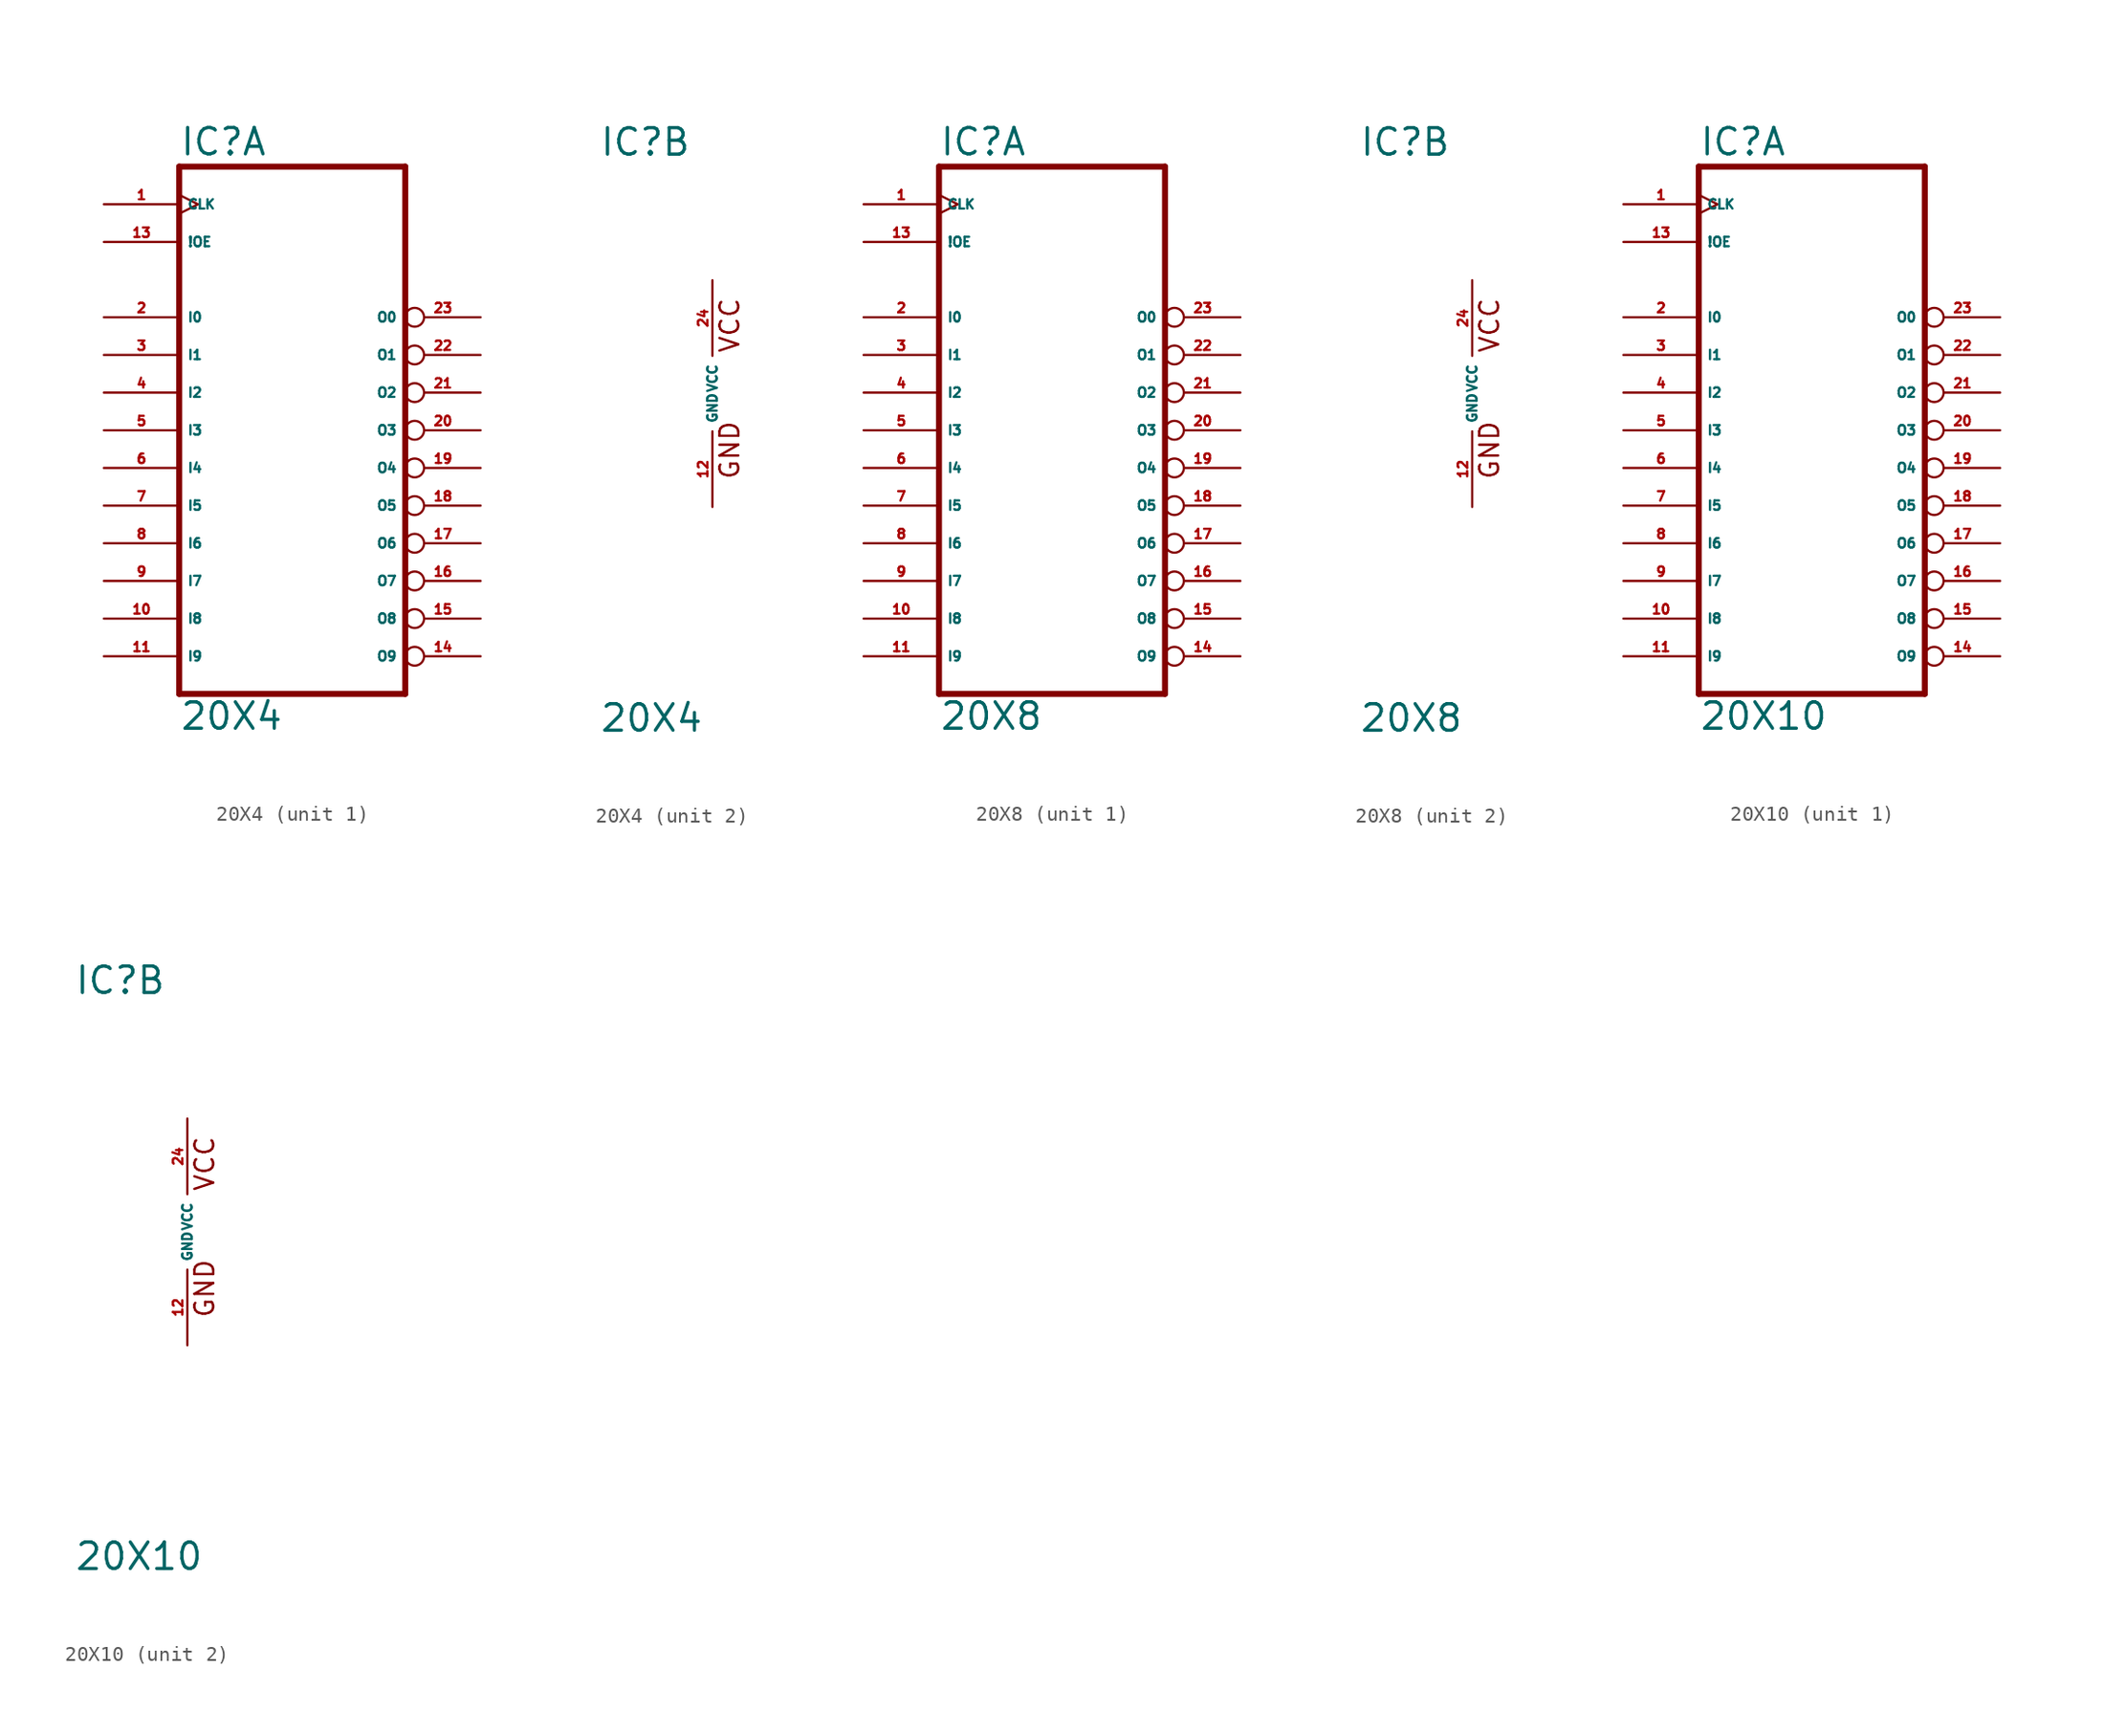
<source format=kicad_sym>
(kicad_symbol_lib
  (version 20220914)
  (generator Eagle2Kicad)
  (symbol "20X4"
    (property "Reference" "IC"
      (at -7.62 15.875 0)
      (effects (font (size 1.778 1.778) (thickness 0.22)) (justify left bottom)))
    (property "Value" "20X4"
      (at -7.62 -22.86 0)
      (effects (font (size 1.778 1.778) (thickness 0.22)) (justify left bottom)))
    (symbol "20X4_1_0"
      (polyline (pts (xy -7.62 -20.32) (xy 7.62 -20.32)) (stroke (width 0.406) (type default)) (fill (type none)))
      (polyline (pts (xy 7.62 -20.32) (xy 7.62 15.24)) (stroke (width 0.406) (type default)) (fill (type none)))
      (polyline (pts (xy 7.62 15.24) (xy -7.62 15.24)) (stroke (width 0.406) (type default)) (fill (type none)))
      (polyline (pts (xy -7.62 15.24) (xy -7.62 -20.32)) (stroke (width 0.406) (type default)) (fill (type none)))
      (pin input clock (at -12.7 12.7 0) (length 5.08) (name "CLK" (effects (font (size 0.635 0.635) (thickness 0.08)) (justify left bottom))) (number "1" (effects (font (size 0.635 0.635) (thickness 0.08)) (justify left bottom))))
      (pin input line (at -12.7 5.08 0) (length 5.08) (name "I0" (effects (font (size 0.635 0.635) (thickness 0.08)) (justify left bottom))) (number "2" (effects (font (size 0.635 0.635) (thickness 0.08)) (justify left bottom))))
      (pin input line (at -12.7 2.54 0) (length 5.08) (name "I1" (effects (font (size 0.635 0.635) (thickness 0.08)) (justify left bottom))) (number "3" (effects (font (size 0.635 0.635) (thickness 0.08)) (justify left bottom))))
      (pin input line (at -12.7 0 0) (length 5.08) (name "I2" (effects (font (size 0.635 0.635) (thickness 0.08)) (justify left bottom))) (number "4" (effects (font (size 0.635 0.635) (thickness 0.08)) (justify left bottom))))
      (pin input line (at -12.7 -2.54 0) (length 5.08) (name "I3" (effects (font (size 0.635 0.635) (thickness 0.08)) (justify left bottom))) (number "5" (effects (font (size 0.635 0.635) (thickness 0.08)) (justify left bottom))))
      (pin input line (at -12.7 -5.08 0) (length 5.08) (name "I4" (effects (font (size 0.635 0.635) (thickness 0.08)) (justify left bottom))) (number "6" (effects (font (size 0.635 0.635) (thickness 0.08)) (justify left bottom))))
      (pin input line (at -12.7 -7.62 0) (length 5.08) (name "I5" (effects (font (size 0.635 0.635) (thickness 0.08)) (justify left bottom))) (number "7" (effects (font (size 0.635 0.635) (thickness 0.08)) (justify left bottom))))
      (pin input line (at -12.7 -10.16 0) (length 5.08) (name "I6" (effects (font (size 0.635 0.635) (thickness 0.08)) (justify left bottom))) (number "8" (effects (font (size 0.635 0.635) (thickness 0.08)) (justify left bottom))))
      (pin input line (at -12.7 -12.7 0) (length 5.08) (name "I7" (effects (font (size 0.635 0.635) (thickness 0.08)) (justify left bottom))) (number "9" (effects (font (size 0.635 0.635) (thickness 0.08)) (justify left bottom))))
      (pin input line (at -12.7 -15.24 0) (length 5.08) (name "I8" (effects (font (size 0.635 0.635) (thickness 0.08)) (justify left bottom))) (number "10" (effects (font (size 0.635 0.635) (thickness 0.08)) (justify left bottom))))
      (pin input line (at -12.7 -17.78 0) (length 5.08) (name "I9" (effects (font (size 0.635 0.635) (thickness 0.08)) (justify left bottom))) (number "11" (effects (font (size 0.635 0.635) (thickness 0.08)) (justify left bottom))))
      (pin input line (at -12.7 10.16 0) (length 5.08) (name "!OE" (effects (font (size 0.635 0.635) (thickness 0.08)) (justify left bottom))) (number "13" (effects (font (size 0.635 0.635) (thickness 0.08)) (justify left bottom))))
      (pin bidirectional inverted (at 12.7 -17.78 180) (length 5.08) (name "O9" (effects (font (size 0.635 0.635) (thickness 0.08)) (justify left bottom))) (number "14" (effects (font (size 0.635 0.635) (thickness 0.08)) (justify left bottom))))
      (pin bidirectional inverted (at 12.7 -15.24 180) (length 5.08) (name "O8" (effects (font (size 0.635 0.635) (thickness 0.08)) (justify left bottom))) (number "15" (effects (font (size 0.635 0.635) (thickness 0.08)) (justify left bottom))))
      (pin bidirectional inverted (at 12.7 -12.7 180) (length 5.08) (name "O7" (effects (font (size 0.635 0.635) (thickness 0.08)) (justify left bottom))) (number "16" (effects (font (size 0.635 0.635) (thickness 0.08)) (justify left bottom))))
      (pin tri_state inverted (at 12.7 -10.16 180) (length 5.08) (name "O6" (effects (font (size 0.635 0.635) (thickness 0.08)) (justify left bottom))) (number "17" (effects (font (size 0.635 0.635) (thickness 0.08)) (justify left bottom))))
      (pin tri_state inverted (at 12.7 -7.62 180) (length 5.08) (name "O5" (effects (font (size 0.635 0.635) (thickness 0.08)) (justify left bottom))) (number "18" (effects (font (size 0.635 0.635) (thickness 0.08)) (justify left bottom))))
      (pin tri_state inverted (at 12.7 -5.08 180) (length 5.08) (name "O4" (effects (font (size 0.635 0.635) (thickness 0.08)) (justify left bottom))) (number "19" (effects (font (size 0.635 0.635) (thickness 0.08)) (justify left bottom))))
      (pin tri_state inverted (at 12.7 -2.54 180) (length 5.08) (name "O3" (effects (font (size 0.635 0.635) (thickness 0.08)) (justify left bottom))) (number "20" (effects (font (size 0.635 0.635) (thickness 0.08)) (justify left bottom))))
      (pin bidirectional inverted (at 12.7 0 180) (length 5.08) (name "O2" (effects (font (size 0.635 0.635) (thickness 0.08)) (justify left bottom))) (number "21" (effects (font (size 0.635 0.635) (thickness 0.08)) (justify left bottom))))
      (pin bidirectional inverted (at 12.7 2.54 180) (length 5.08) (name "O1" (effects (font (size 0.635 0.635) (thickness 0.08)) (justify left bottom))) (number "22" (effects (font (size 0.635 0.635) (thickness 0.08)) (justify left bottom))))
      (pin bidirectional inverted (at 12.7 5.08 180) (length 5.08) (name "O0" (effects (font (size 0.635 0.635) (thickness 0.08)) (justify left bottom))) (number "23" (effects (font (size 0.635 0.635) (thickness 0.08)) (justify left bottom)))))
    (symbol "20X4_2_0"
      (text "GND" (at 1.905 -5.842 900) (effects (font (size 1.27 1.27) (thickness 0.16)) (justify left bottom)))
      (text "VCC" (at 1.905 2.667 900) (effects (font (size 1.27 1.27) (thickness 0.16)) (justify left bottom)))
      (pin unspecified line (at 0 -7.62 90) (length 5.08) (name "GND" (effects (font (size 0.635 0.635) (thickness 0.08)) (justify left bottom))) (number "12" (effects (font (size 0.635 0.635) (thickness 0.08)) (justify left bottom))))
      (pin unspecified line (at 0 7.62 270) (length 5.08) (name "VCC" (effects (font (size 0.635 0.635) (thickness 0.08)) (justify left bottom))) (number "24" (effects (font (size 0.635 0.635) (thickness 0.08)) (justify left bottom))))))
  (symbol "20X8"
    (property "Reference" "IC"
      (at -7.62 15.875 0)
      (effects (font (size 1.778 1.778) (thickness 0.22)) (justify left bottom)))
    (property "Value" "20X8"
      (at -7.62 -22.86 0)
      (effects (font (size 1.778 1.778) (thickness 0.22)) (justify left bottom)))
    (symbol "20X8_1_0"
      (polyline (pts (xy -7.62 -20.32) (xy 7.62 -20.32)) (stroke (width 0.406) (type default)) (fill (type none)))
      (polyline (pts (xy 7.62 -20.32) (xy 7.62 15.24)) (stroke (width 0.406) (type default)) (fill (type none)))
      (polyline (pts (xy 7.62 15.24) (xy -7.62 15.24)) (stroke (width 0.406) (type default)) (fill (type none)))
      (polyline (pts (xy -7.62 15.24) (xy -7.62 -20.32)) (stroke (width 0.406) (type default)) (fill (type none)))
      (pin input clock (at -12.7 12.7 0) (length 5.08) (name "CLK" (effects (font (size 0.635 0.635) (thickness 0.08)) (justify left bottom))) (number "1" (effects (font (size 0.635 0.635) (thickness 0.08)) (justify left bottom))))
      (pin input line (at -12.7 5.08 0) (length 5.08) (name "I0" (effects (font (size 0.635 0.635) (thickness 0.08)) (justify left bottom))) (number "2" (effects (font (size 0.635 0.635) (thickness 0.08)) (justify left bottom))))
      (pin input line (at -12.7 2.54 0) (length 5.08) (name "I1" (effects (font (size 0.635 0.635) (thickness 0.08)) (justify left bottom))) (number "3" (effects (font (size 0.635 0.635) (thickness 0.08)) (justify left bottom))))
      (pin input line (at -12.7 0 0) (length 5.08) (name "I2" (effects (font (size 0.635 0.635) (thickness 0.08)) (justify left bottom))) (number "4" (effects (font (size 0.635 0.635) (thickness 0.08)) (justify left bottom))))
      (pin input line (at -12.7 -2.54 0) (length 5.08) (name "I3" (effects (font (size 0.635 0.635) (thickness 0.08)) (justify left bottom))) (number "5" (effects (font (size 0.635 0.635) (thickness 0.08)) (justify left bottom))))
      (pin input line (at -12.7 -5.08 0) (length 5.08) (name "I4" (effects (font (size 0.635 0.635) (thickness 0.08)) (justify left bottom))) (number "6" (effects (font (size 0.635 0.635) (thickness 0.08)) (justify left bottom))))
      (pin input line (at -12.7 -7.62 0) (length 5.08) (name "I5" (effects (font (size 0.635 0.635) (thickness 0.08)) (justify left bottom))) (number "7" (effects (font (size 0.635 0.635) (thickness 0.08)) (justify left bottom))))
      (pin input line (at -12.7 -10.16 0) (length 5.08) (name "I6" (effects (font (size 0.635 0.635) (thickness 0.08)) (justify left bottom))) (number "8" (effects (font (size 0.635 0.635) (thickness 0.08)) (justify left bottom))))
      (pin input line (at -12.7 -12.7 0) (length 5.08) (name "I7" (effects (font (size 0.635 0.635) (thickness 0.08)) (justify left bottom))) (number "9" (effects (font (size 0.635 0.635) (thickness 0.08)) (justify left bottom))))
      (pin input line (at -12.7 -15.24 0) (length 5.08) (name "I8" (effects (font (size 0.635 0.635) (thickness 0.08)) (justify left bottom))) (number "10" (effects (font (size 0.635 0.635) (thickness 0.08)) (justify left bottom))))
      (pin input line (at -12.7 -17.78 0) (length 5.08) (name "I9" (effects (font (size 0.635 0.635) (thickness 0.08)) (justify left bottom))) (number "11" (effects (font (size 0.635 0.635) (thickness 0.08)) (justify left bottom))))
      (pin input line (at -12.7 10.16 0) (length 5.08) (name "!OE" (effects (font (size 0.635 0.635) (thickness 0.08)) (justify left bottom))) (number "13" (effects (font (size 0.635 0.635) (thickness 0.08)) (justify left bottom))))
      (pin bidirectional inverted (at 12.7 -17.78 180) (length 5.08) (name "O9" (effects (font (size 0.635 0.635) (thickness 0.08)) (justify left bottom))) (number "14" (effects (font (size 0.635 0.635) (thickness 0.08)) (justify left bottom))))
      (pin tri_state inverted (at 12.7 -15.24 180) (length 5.08) (name "O8" (effects (font (size 0.635 0.635) (thickness 0.08)) (justify left bottom))) (number "15" (effects (font (size 0.635 0.635) (thickness 0.08)) (justify left bottom))))
      (pin tri_state inverted (at 12.7 -12.7 180) (length 5.08) (name "O7" (effects (font (size 0.635 0.635) (thickness 0.08)) (justify left bottom))) (number "16" (effects (font (size 0.635 0.635) (thickness 0.08)) (justify left bottom))))
      (pin tri_state inverted (at 12.7 -10.16 180) (length 5.08) (name "O6" (effects (font (size 0.635 0.635) (thickness 0.08)) (justify left bottom))) (number "17" (effects (font (size 0.635 0.635) (thickness 0.08)) (justify left bottom))))
      (pin tri_state inverted (at 12.7 -7.62 180) (length 5.08) (name "O5" (effects (font (size 0.635 0.635) (thickness 0.08)) (justify left bottom))) (number "18" (effects (font (size 0.635 0.635) (thickness 0.08)) (justify left bottom))))
      (pin tri_state inverted (at 12.7 -5.08 180) (length 5.08) (name "O4" (effects (font (size 0.635 0.635) (thickness 0.08)) (justify left bottom))) (number "19" (effects (font (size 0.635 0.635) (thickness 0.08)) (justify left bottom))))
      (pin tri_state inverted (at 12.7 -2.54 180) (length 5.08) (name "O3" (effects (font (size 0.635 0.635) (thickness 0.08)) (justify left bottom))) (number "20" (effects (font (size 0.635 0.635) (thickness 0.08)) (justify left bottom))))
      (pin tri_state inverted (at 12.7 0 180) (length 5.08) (name "O2" (effects (font (size 0.635 0.635) (thickness 0.08)) (justify left bottom))) (number "21" (effects (font (size 0.635 0.635) (thickness 0.08)) (justify left bottom))))
      (pin tri_state inverted (at 12.7 2.54 180) (length 5.08) (name "O1" (effects (font (size 0.635 0.635) (thickness 0.08)) (justify left bottom))) (number "22" (effects (font (size 0.635 0.635) (thickness 0.08)) (justify left bottom))))
      (pin bidirectional inverted (at 12.7 5.08 180) (length 5.08) (name "O0" (effects (font (size 0.635 0.635) (thickness 0.08)) (justify left bottom))) (number "23" (effects (font (size 0.635 0.635) (thickness 0.08)) (justify left bottom)))))
    (symbol "20X8_2_0"
      (text "GND" (at 1.905 -5.842 900) (effects (font (size 1.27 1.27) (thickness 0.16)) (justify left bottom)))
      (text "VCC" (at 1.905 2.667 900) (effects (font (size 1.27 1.27) (thickness 0.16)) (justify left bottom)))
      (pin unspecified line (at 0 -7.62 90) (length 5.08) (name "GND" (effects (font (size 0.635 0.635) (thickness 0.08)) (justify left bottom))) (number "12" (effects (font (size 0.635 0.635) (thickness 0.08)) (justify left bottom))))
      (pin unspecified line (at 0 7.62 270) (length 5.08) (name "VCC" (effects (font (size 0.635 0.635) (thickness 0.08)) (justify left bottom))) (number "24" (effects (font (size 0.635 0.635) (thickness 0.08)) (justify left bottom))))))
  (symbol "20X10"
    (property "Reference" "IC"
      (at -7.62 15.875 0)
      (effects (font (size 1.778 1.778) (thickness 0.22)) (justify left bottom)))
    (property "Value" "20X10"
      (at -7.62 -22.86 0)
      (effects (font (size 1.778 1.778) (thickness 0.22)) (justify left bottom)))
    (symbol "20X10_1_0"
      (polyline (pts (xy -7.62 -20.32) (xy 7.62 -20.32)) (stroke (width 0.406) (type default)) (fill (type none)))
      (polyline (pts (xy 7.62 -20.32) (xy 7.62 15.24)) (stroke (width 0.406) (type default)) (fill (type none)))
      (polyline (pts (xy 7.62 15.24) (xy -7.62 15.24)) (stroke (width 0.406) (type default)) (fill (type none)))
      (polyline (pts (xy -7.62 15.24) (xy -7.62 -20.32)) (stroke (width 0.406) (type default)) (fill (type none)))
      (pin input clock (at -12.7 12.7 0) (length 5.08) (name "CLK" (effects (font (size 0.635 0.635) (thickness 0.08)) (justify left bottom))) (number "1" (effects (font (size 0.635 0.635) (thickness 0.08)) (justify left bottom))))
      (pin input line (at -12.7 5.08 0) (length 5.08) (name "I0" (effects (font (size 0.635 0.635) (thickness 0.08)) (justify left bottom))) (number "2" (effects (font (size 0.635 0.635) (thickness 0.08)) (justify left bottom))))
      (pin input line (at -12.7 2.54 0) (length 5.08) (name "I1" (effects (font (size 0.635 0.635) (thickness 0.08)) (justify left bottom))) (number "3" (effects (font (size 0.635 0.635) (thickness 0.08)) (justify left bottom))))
      (pin input line (at -12.7 0 0) (length 5.08) (name "I2" (effects (font (size 0.635 0.635) (thickness 0.08)) (justify left bottom))) (number "4" (effects (font (size 0.635 0.635) (thickness 0.08)) (justify left bottom))))
      (pin input line (at -12.7 -2.54 0) (length 5.08) (name "I3" (effects (font (size 0.635 0.635) (thickness 0.08)) (justify left bottom))) (number "5" (effects (font (size 0.635 0.635) (thickness 0.08)) (justify left bottom))))
      (pin input line (at -12.7 -5.08 0) (length 5.08) (name "I4" (effects (font (size 0.635 0.635) (thickness 0.08)) (justify left bottom))) (number "6" (effects (font (size 0.635 0.635) (thickness 0.08)) (justify left bottom))))
      (pin input line (at -12.7 -7.62 0) (length 5.08) (name "I5" (effects (font (size 0.635 0.635) (thickness 0.08)) (justify left bottom))) (number "7" (effects (font (size 0.635 0.635) (thickness 0.08)) (justify left bottom))))
      (pin input line (at -12.7 -10.16 0) (length 5.08) (name "I6" (effects (font (size 0.635 0.635) (thickness 0.08)) (justify left bottom))) (number "8" (effects (font (size 0.635 0.635) (thickness 0.08)) (justify left bottom))))
      (pin input line (at -12.7 -12.7 0) (length 5.08) (name "I7" (effects (font (size 0.635 0.635) (thickness 0.08)) (justify left bottom))) (number "9" (effects (font (size 0.635 0.635) (thickness 0.08)) (justify left bottom))))
      (pin input line (at -12.7 -15.24 0) (length 5.08) (name "I8" (effects (font (size 0.635 0.635) (thickness 0.08)) (justify left bottom))) (number "10" (effects (font (size 0.635 0.635) (thickness 0.08)) (justify left bottom))))
      (pin input line (at -12.7 -17.78 0) (length 5.08) (name "I9" (effects (font (size 0.635 0.635) (thickness 0.08)) (justify left bottom))) (number "11" (effects (font (size 0.635 0.635) (thickness 0.08)) (justify left bottom))))
      (pin input line (at -12.7 10.16 0) (length 5.08) (name "!OE" (effects (font (size 0.635 0.635) (thickness 0.08)) (justify left bottom))) (number "13" (effects (font (size 0.635 0.635) (thickness 0.08)) (justify left bottom))))
      (pin tri_state inverted (at 12.7 -17.78 180) (length 5.08) (name "O9" (effects (font (size 0.635 0.635) (thickness 0.08)) (justify left bottom))) (number "14" (effects (font (size 0.635 0.635) (thickness 0.08)) (justify left bottom))))
      (pin tri_state inverted (at 12.7 -15.24 180) (length 5.08) (name "O8" (effects (font (size 0.635 0.635) (thickness 0.08)) (justify left bottom))) (number "15" (effects (font (size 0.635 0.635) (thickness 0.08)) (justify left bottom))))
      (pin tri_state inverted (at 12.7 -12.7 180) (length 5.08) (name "O7" (effects (font (size 0.635 0.635) (thickness 0.08)) (justify left bottom))) (number "16" (effects (font (size 0.635 0.635) (thickness 0.08)) (justify left bottom))))
      (pin tri_state inverted (at 12.7 -10.16 180) (length 5.08) (name "O6" (effects (font (size 0.635 0.635) (thickness 0.08)) (justify left bottom))) (number "17" (effects (font (size 0.635 0.635) (thickness 0.08)) (justify left bottom))))
      (pin tri_state inverted (at 12.7 -7.62 180) (length 5.08) (name "O5" (effects (font (size 0.635 0.635) (thickness 0.08)) (justify left bottom))) (number "18" (effects (font (size 0.635 0.635) (thickness 0.08)) (justify left bottom))))
      (pin tri_state inverted (at 12.7 -5.08 180) (length 5.08) (name "O4" (effects (font (size 0.635 0.635) (thickness 0.08)) (justify left bottom))) (number "19" (effects (font (size 0.635 0.635) (thickness 0.08)) (justify left bottom))))
      (pin tri_state inverted (at 12.7 -2.54 180) (length 5.08) (name "O3" (effects (font (size 0.635 0.635) (thickness 0.08)) (justify left bottom))) (number "20" (effects (font (size 0.635 0.635) (thickness 0.08)) (justify left bottom))))
      (pin tri_state inverted (at 12.7 0 180) (length 5.08) (name "O2" (effects (font (size 0.635 0.635) (thickness 0.08)) (justify left bottom))) (number "21" (effects (font (size 0.635 0.635) (thickness 0.08)) (justify left bottom))))
      (pin tri_state inverted (at 12.7 2.54 180) (length 5.08) (name "O1" (effects (font (size 0.635 0.635) (thickness 0.08)) (justify left bottom))) (number "22" (effects (font (size 0.635 0.635) (thickness 0.08)) (justify left bottom))))
      (pin tri_state inverted (at 12.7 5.08 180) (length 5.08) (name "O0" (effects (font (size 0.635 0.635) (thickness 0.08)) (justify left bottom))) (number "23" (effects (font (size 0.635 0.635) (thickness 0.08)) (justify left bottom)))))
    (symbol "20X10_2_0"
      (text "GND" (at 1.905 -5.842 900) (effects (font (size 1.27 1.27) (thickness 0.16)) (justify left bottom)))
      (text "VCC" (at 1.905 2.667 900) (effects (font (size 1.27 1.27) (thickness 0.16)) (justify left bottom)))
      (pin unspecified line (at 0 -7.62 90) (length 5.08) (name "GND" (effects (font (size 0.635 0.635) (thickness 0.08)) (justify left bottom))) (number "12" (effects (font (size 0.635 0.635) (thickness 0.08)) (justify left bottom))))
      (pin unspecified line (at 0 7.62 270) (length 5.08) (name "VCC" (effects (font (size 0.635 0.635) (thickness 0.08)) (justify left bottom))) (number "24" (effects (font (size 0.635 0.635) (thickness 0.08)) (justify left bottom)))))))
</source>
